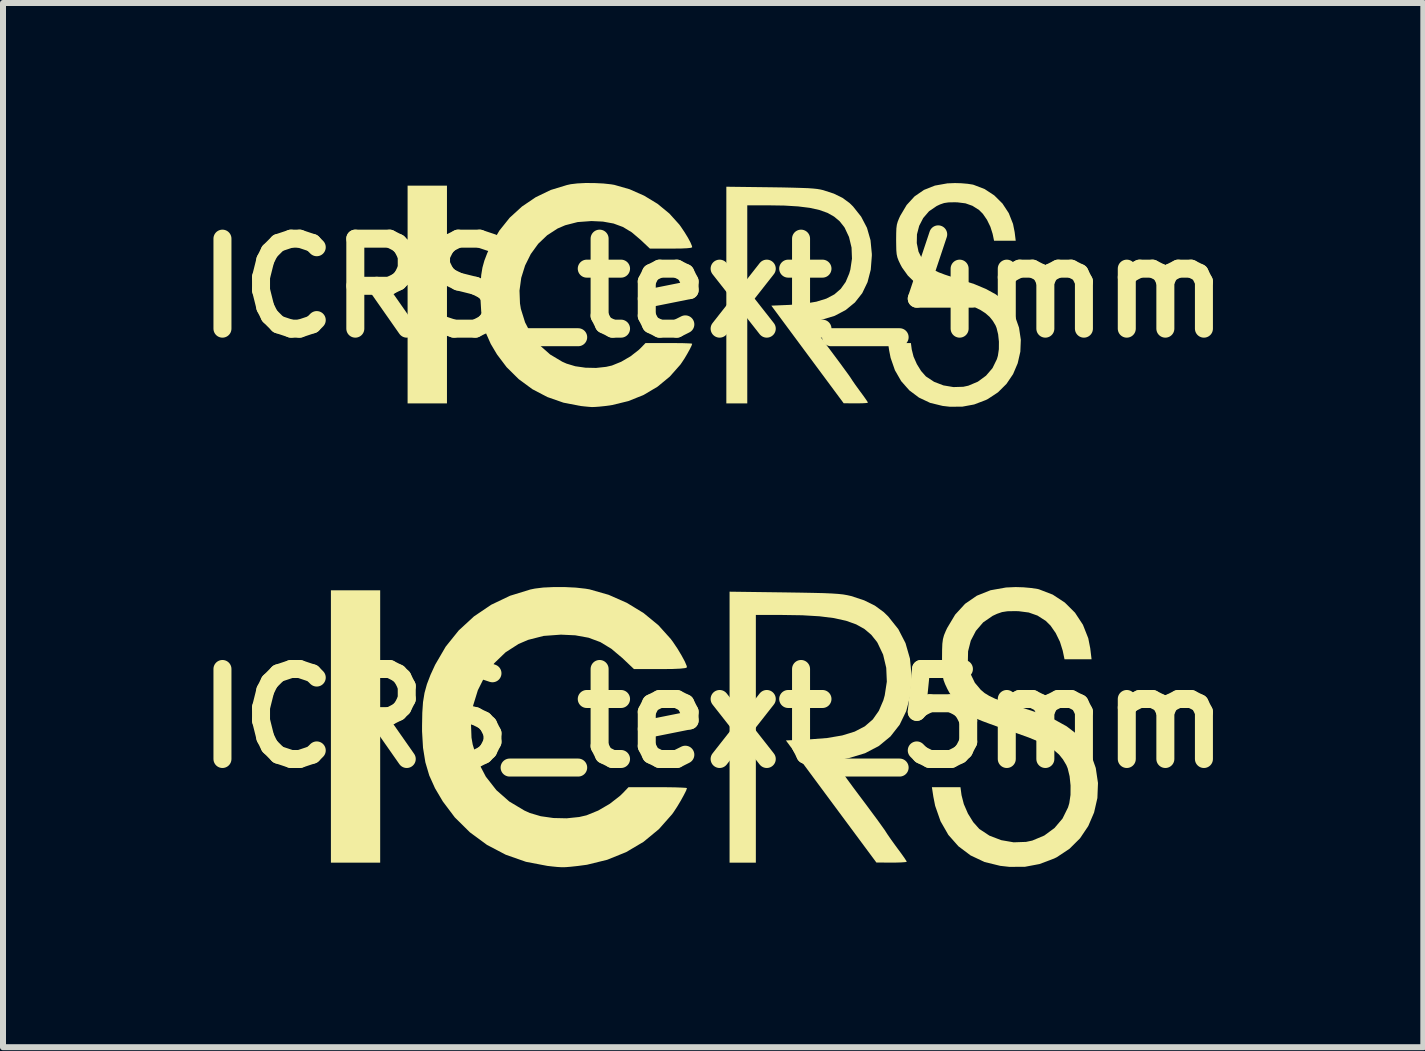
<source format=kicad_pcb>
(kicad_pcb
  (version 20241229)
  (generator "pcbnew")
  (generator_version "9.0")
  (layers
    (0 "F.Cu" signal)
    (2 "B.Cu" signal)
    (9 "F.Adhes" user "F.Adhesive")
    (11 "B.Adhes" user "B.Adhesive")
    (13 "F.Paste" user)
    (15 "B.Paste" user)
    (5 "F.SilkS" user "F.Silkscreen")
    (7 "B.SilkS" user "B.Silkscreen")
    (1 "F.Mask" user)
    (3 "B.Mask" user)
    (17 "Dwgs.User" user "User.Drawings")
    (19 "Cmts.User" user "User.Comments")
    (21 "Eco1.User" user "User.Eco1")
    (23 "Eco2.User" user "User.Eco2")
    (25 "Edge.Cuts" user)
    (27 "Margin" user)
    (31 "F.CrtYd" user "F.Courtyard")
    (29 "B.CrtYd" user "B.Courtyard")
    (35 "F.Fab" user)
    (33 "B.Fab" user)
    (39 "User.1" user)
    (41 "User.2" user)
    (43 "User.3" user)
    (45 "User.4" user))
  (footprint "ICRS_text_4mm"
    (layer "F.Cu")
    (at 8.836 1.749)
    (property "Reference" "ICRS_text_4mm" (at 0 0 0) (layer "F.SilkS") (effects (font (size 1.5 1.5) (thickness 0.3))))
    (attr board_only exclude_from_pos_files exclude_from_bom)
    (fp_poly (pts (xy -4.437 0.109) (xy -4.437 1.924) (xy -4.765 1.924) (xy -5.093 1.924) (xy -5.093 0.109) (xy -5.093 -1.705) (xy -4.765 -1.705) (xy -4.437 -1.705)) (stroke (width 0) (type solid)) (fill yes) (layer "F.SilkS"))
    (fp_poly (pts (xy 0.956 -1.678) (xy 1.165 -1.675) (xy 1.335 -1.671) (xy 1.471 -1.667) (xy 1.58 -1.663) (xy 1.665 -1.657) (xy 1.732 -1.65) (xy 1.786 -1.641) (xy 1.833 -1.63) (xy 1.836 -1.629) (xy 2.011 -1.572) (xy 2.154 -1.502) (xy 2.274 -1.414) (xy 2.331 -1.358) (xy 2.466 -1.188) (xy 2.563 -1.002) (xy 2.622 -0.796) (xy 2.644 -0.567) (xy 2.644 -0.536) (xy 2.626 -0.304) (xy 2.572 -0.096) (xy 2.484 0.087) (xy 2.362 0.242) (xy 2.208 0.368) (xy 2.024 0.465) (xy 1.809 0.53) (xy 1.796 0.533) (xy 1.717 0.55) (xy 1.657 0.565) (xy 1.626 0.575) (xy 1.625 0.576) (xy 1.634 0.595) (xy 1.667 0.645) (xy 1.719 0.72) (xy 1.788 0.815) (xy 1.869 0.926) (xy 1.941 1.021) (xy 2.032 1.143) (xy 2.117 1.257) (xy 2.189 1.356) (xy 2.247 1.435) (xy 2.285 1.489) (xy 2.298 1.509) (xy 2.324 1.549) (xy 2.369 1.614) (xy 2.425 1.691) (xy 2.454 1.731) (xy 2.508 1.804) (xy 2.55 1.864) (xy 2.575 1.902) (xy 2.579 1.911) (xy 2.559 1.917) (xy 2.505 1.921) (xy 2.426 1.923) (xy 2.377 1.923) (xy 2.175 1.922) (xy 1.572 1.109) (xy 0.969 0.295) (xy 1.277 0.282) (xy 1.517 0.263) (xy 1.719 0.229) (xy 1.885 0.178) (xy 2.02 0.107) (xy 2.126 0.015) (xy 2.208 -0.1) (xy 2.267 -0.24) (xy 2.286 -0.306) (xy 2.313 -0.488) (xy 2.306 -0.673) (xy 2.264 -0.848) (xy 2.191 -1.004) (xy 2.18 -1.02) (xy 2.106 -1.113) (xy 2.015 -1.189) (xy 1.905 -1.251) (xy 1.771 -1.299) (xy 1.609 -1.335) (xy 1.416 -1.359) (xy 1.187 -1.373) (xy 0.924 -1.377) (xy 0.568 -1.377) (xy 0.568 0.273) (xy 0.568 1.924) (xy 0.393 1.924) (xy 0.219 1.924) (xy 0.219 0.118) (xy 0.219 -1.687)) (stroke (width 0) (type solid)) (fill yes) (layer "F.SilkS"))
    (fp_poly (pts (xy -1.977 -1.748) (xy -1.83 -1.741) (xy -1.701 -1.727) (xy -1.648 -1.718) (xy -1.393 -1.645) (xy -1.151 -1.538) (xy -0.927 -1.402) (xy -0.73 -1.24) (xy -0.565 -1.057) (xy -0.538 -1.02) (xy -0.475 -0.926) (xy -0.42 -0.836) (xy -0.378 -0.757) (xy -0.354 -0.699) (xy -0.35 -0.678) (xy -0.371 -0.669) (xy -0.435 -0.662) (xy -0.54 -0.657) (xy -0.684 -0.656) (xy -0.702 -0.656) (xy -1.055 -0.656) (xy -1.211 -0.803) (xy -1.357 -0.927) (xy -1.504 -1.016) (xy -1.661 -1.074) (xy -1.838 -1.106) (xy -2.029 -1.115) (xy -2.259 -1.098) (xy -2.466 -1.045) (xy -2.594 -0.99) (xy -2.767 -0.878) (xy -2.917 -0.735) (xy -3.04 -0.565) (xy -3.135 -0.374) (xy -3.199 -0.169) (xy -3.228 0.044) (xy -3.22 0.258) (xy -3.205 0.35) (xy -3.135 0.574) (xy -3.029 0.778) (xy -2.889 0.957) (xy -2.717 1.109) (xy -2.516 1.229) (xy -2.444 1.261) (xy -2.298 1.305) (xy -2.129 1.329) (xy -1.952 1.333) (xy -1.785 1.315) (xy -1.688 1.293) (xy -1.533 1.23) (xy -1.377 1.139) (xy -1.24 1.032) (xy -1.203 0.996) (xy -1.128 0.918) (xy -0.739 0.918) (xy -0.614 0.919) (xy -0.506 0.92) (xy -0.421 0.923) (xy -0.367 0.926) (xy -0.35 0.93) (xy -0.361 0.963) (xy -0.39 1.022) (xy -0.431 1.096) (xy -0.477 1.174) (xy -0.524 1.245) (xy -0.547 1.278) (xy -0.723 1.477) (xy -0.928 1.646) (xy -1.159 1.783) (xy -1.412 1.885) (xy -1.682 1.951) (xy -1.802 1.968) (xy -1.898 1.978) (xy -1.966 1.983) (xy -2.02 1.985) (xy -2.075 1.981) (xy -2.147 1.974) (xy -2.21 1.967) (xy -2.495 1.912) (xy -2.764 1.818) (xy -3.014 1.687) (xy -3.241 1.52) (xy -3.443 1.32) (xy -3.603 1.108) (xy -3.707 0.933) (xy -3.783 0.762) (xy -3.835 0.586) (xy -3.866 0.393) (xy -3.879 0.174) (xy -3.879 0.098) (xy -3.876 -0.074) (xy -3.866 -0.215) (xy -3.846 -0.338) (xy -3.814 -0.454) (xy -3.767 -0.577) (xy -3.705 -0.713) (xy -3.564 -0.955) (xy -3.391 -1.171) (xy -3.187 -1.357) (xy -2.958 -1.512) (xy -2.707 -1.633) (xy -2.438 -1.715) (xy -2.375 -1.729) (xy -2.265 -1.742) (xy -2.128 -1.749)) (stroke (width 0) (type solid)) (fill yes) (layer "F.SilkS"))
    (fp_poly (pts (xy 4.135 -1.745) (xy 4.24 -1.736) (xy 4.324 -1.723) (xy 4.342 -1.718) (xy 4.524 -1.648) (xy 4.685 -1.542) (xy 4.821 -1.407) (xy 4.926 -1.247) (xy 4.997 -1.067) (xy 5.024 -0.932) (xy 5.042 -0.787) (xy 4.861 -0.787) (xy 4.681 -0.787) (xy 4.657 -0.902) (xy 4.62 -1.019) (xy 4.563 -1.136) (xy 4.494 -1.236) (xy 4.431 -1.299) (xy 4.321 -1.369) (xy 4.205 -1.41) (xy 4.069 -1.427) (xy 4.018 -1.428) (xy 3.921 -1.426) (xy 3.848 -1.415) (xy 3.781 -1.392) (xy 3.724 -1.365) (xy 3.597 -1.278) (xy 3.5 -1.165) (xy 3.433 -1.035) (xy 3.396 -0.893) (xy 3.393 -0.747) (xy 3.422 -0.605) (xy 3.487 -0.474) (xy 3.567 -0.378) (xy 3.617 -0.336) (xy 3.678 -0.298) (xy 3.757 -0.261) (xy 3.86 -0.222) (xy 3.993 -0.178) (xy 4.113 -0.142) (xy 4.35 -0.065) (xy 4.548 0.018) (xy 4.71 0.107) (xy 4.84 0.207) (xy 4.942 0.319) (xy 5.019 0.447) (xy 5.028 0.465) (xy 5.097 0.662) (xy 5.127 0.863) (xy 5.119 1.062) (xy 5.075 1.255) (xy 4.998 1.436) (xy 4.888 1.599) (xy 4.747 1.739) (xy 4.579 1.85) (xy 4.541 1.869) (xy 4.349 1.942) (xy 4.154 1.978) (xy 3.946 1.98) (xy 3.824 1.966) (xy 3.615 1.915) (xy 3.429 1.827) (xy 3.268 1.706) (xy 3.133 1.553) (xy 3.029 1.372) (xy 2.957 1.165) (xy 2.933 1.044) (xy 2.914 0.918) (xy 3.104 0.918) (xy 3.295 0.918) (xy 3.309 1.025) (xy 3.339 1.144) (xy 3.394 1.269) (xy 3.465 1.384) (xy 3.543 1.472) (xy 3.546 1.475) (xy 3.681 1.564) (xy 3.837 1.624) (xy 4.004 1.652) (xy 4.168 1.647) (xy 4.252 1.629) (xy 4.411 1.562) (xy 4.547 1.462) (xy 4.655 1.336) (xy 4.728 1.187) (xy 4.745 1.13) (xy 4.761 1.021) (xy 4.762 0.896) (xy 4.749 0.773) (xy 4.723 0.667) (xy 4.705 0.623) (xy 4.66 0.548) (xy 4.607 0.482) (xy 4.54 0.423) (xy 4.455 0.368) (xy 4.345 0.314) (xy 4.206 0.257) (xy 4.032 0.194) (xy 3.919 0.156) (xy 3.797 0.114) (xy 3.683 0.074) (xy 3.586 0.037) (xy 3.517 0.009) (xy 3.495 -0.001) (xy 3.365 -0.088) (xy 3.245 -0.205) (xy 3.148 -0.34) (xy 3.12 -0.392) (xy 3.09 -0.455) (xy 3.07 -0.508) (xy 3.058 -0.562) (xy 3.052 -0.628) (xy 3.05 -0.718) (xy 3.049 -0.798) (xy 3.05 -0.911) (xy 3.053 -0.993) (xy 3.061 -1.054) (xy 3.076 -1.107) (xy 3.099 -1.163) (xy 3.117 -1.202) (xy 3.224 -1.382) (xy 3.356 -1.526) (xy 3.513 -1.634) (xy 3.695 -1.706) (xy 3.903 -1.743) (xy 4.029 -1.748)) (stroke (width 0) (type solid)) (fill yes) (layer "F.SilkS")))
  (footprint "ICRS_text_5mm"
    (layer "F.Cu")
    (at 8.836 8.921)
    (property "Reference" "ICRS_text_5mm" (at 0 0 0) (layer "F.SilkS") (effects (font (size 1.5 1.5) (thickness 0.3))))
    (attr board_only exclude_from_pos_files exclude_from_bom)
    (fp_poly (pts (xy -5.55 0.137) (xy -5.55 2.406) (xy -5.96 2.406) (xy -6.371 2.406) (xy -6.371 0.137) (xy -6.371 -2.133) (xy -5.96 -2.133) (xy -5.55 -2.133)) (stroke (width 0) (type solid)) (fill yes) (layer "F.SilkS"))
    (fp_poly (pts (xy 1.196 -2.098) (xy 1.457 -2.094) (xy 1.67 -2.09) (xy 1.84 -2.086) (xy 1.976 -2.08) (xy 2.082 -2.073) (xy 2.166 -2.064) (xy 2.234 -2.052) (xy 2.292 -2.039) (xy 2.297 -2.038) (xy 2.516 -1.966) (xy 2.694 -1.878) (xy 2.844 -1.768) (xy 2.916 -1.698) (xy 3.085 -1.486) (xy 3.205 -1.253) (xy 3.279 -0.996) (xy 3.307 -0.71) (xy 3.307 -0.67) (xy 3.285 -0.38) (xy 3.217 -0.12) (xy 3.107 0.108) (xy 2.954 0.303) (xy 2.762 0.461) (xy 2.531 0.582) (xy 2.263 0.663) (xy 2.246 0.666) (xy 2.148 0.687) (xy 2.072 0.706) (xy 2.034 0.719) (xy 2.032 0.72) (xy 2.044 0.745) (xy 2.085 0.807) (xy 2.151 0.9) (xy 2.236 1.019) (xy 2.338 1.158) (xy 2.427 1.277) (xy 2.542 1.43) (xy 2.647 1.572) (xy 2.739 1.696) (xy 2.81 1.795) (xy 2.858 1.862) (xy 2.874 1.887) (xy 2.907 1.938) (xy 2.963 2.019) (xy 3.033 2.116) (xy 3.069 2.165) (xy 3.137 2.257) (xy 3.19 2.332) (xy 3.221 2.38) (xy 3.226 2.391) (xy 3.201 2.397) (xy 3.133 2.402) (xy 3.034 2.405) (xy 2.973 2.405) (xy 2.72 2.404) (xy 1.966 1.387) (xy 1.212 0.369) (xy 1.597 0.352) (xy 1.897 0.329) (xy 2.15 0.286) (xy 2.358 0.222) (xy 2.527 0.134) (xy 2.66 0.019) (xy 2.761 -0.125) (xy 2.836 -0.3) (xy 2.859 -0.383) (xy 2.894 -0.611) (xy 2.884 -0.841) (xy 2.832 -1.061) (xy 2.74 -1.255) (xy 2.727 -1.276) (xy 2.634 -1.392) (xy 2.521 -1.488) (xy 2.383 -1.565) (xy 2.215 -1.625) (xy 2.012 -1.67) (xy 1.771 -1.7) (xy 1.485 -1.717) (xy 1.155 -1.722) (xy 0.711 -1.722) (xy 0.711 0.342) (xy 0.711 2.406) (xy 0.492 2.406) (xy 0.273 2.406) (xy 0.273 0.148) (xy 0.273 -2.11)) (stroke (width 0) (type solid)) (fill yes) (layer "F.SilkS"))
    (fp_poly (pts (xy -2.473 -2.187) (xy -2.289 -2.178) (xy -2.128 -2.16) (xy -2.062 -2.149) (xy -1.743 -2.058) (xy -1.439 -1.924) (xy -1.16 -1.754) (xy -0.913 -1.551) (xy -0.707 -1.322) (xy -0.672 -1.275) (xy -0.594 -1.159) (xy -0.526 -1.045) (xy -0.473 -0.947) (xy -0.442 -0.874) (xy -0.437 -0.849) (xy -0.464 -0.837) (xy -0.544 -0.828) (xy -0.675 -0.822) (xy -0.855 -0.82) (xy -0.879 -0.82) (xy -1.32 -0.82) (xy -1.515 -1.005) (xy -1.698 -1.159) (xy -1.881 -1.27) (xy -2.078 -1.343) (xy -2.299 -1.383) (xy -2.538 -1.394) (xy -2.825 -1.373) (xy -3.084 -1.307) (xy -3.245 -1.238) (xy -3.461 -1.099) (xy -3.648 -0.919) (xy -3.803 -0.706) (xy -3.922 -0.468) (xy -4.001 -0.212) (xy -4.038 0.055) (xy -4.028 0.323) (xy -4.008 0.437) (xy -3.922 0.719) (xy -3.789 0.973) (xy -3.613 1.198) (xy -3.398 1.387) (xy -3.147 1.537) (xy -3.057 1.578) (xy -2.874 1.632) (xy -2.663 1.662) (xy -2.442 1.667) (xy -2.232 1.645) (xy -2.111 1.617) (xy -1.917 1.538) (xy -1.723 1.425) (xy -1.551 1.291) (xy -1.505 1.246) (xy -1.411 1.148) (xy -0.924 1.148) (xy -0.768 1.149) (xy -0.632 1.151) (xy -0.526 1.155) (xy -0.459 1.159) (xy -0.437 1.163) (xy -0.451 1.205) (xy -0.488 1.278) (xy -0.539 1.371) (xy -0.597 1.468) (xy -0.655 1.557) (xy -0.684 1.598) (xy -0.904 1.847) (xy -1.161 2.059) (xy -1.45 2.23) (xy -1.766 2.358) (xy -2.104 2.441) (xy -2.254 2.461) (xy -2.374 2.474) (xy -2.459 2.481) (xy -2.527 2.482) (xy -2.596 2.478) (xy -2.686 2.469) (xy -2.764 2.46) (xy -3.12 2.392) (xy -3.457 2.274) (xy -3.77 2.11) (xy -4.054 1.901) (xy -4.306 1.652) (xy -4.506 1.386) (xy -4.636 1.166) (xy -4.732 0.953) (xy -4.797 0.733) (xy -4.836 0.492) (xy -4.852 0.217) (xy -4.852 0.123) (xy -4.848 -0.093) (xy -4.836 -0.27) (xy -4.811 -0.423) (xy -4.771 -0.568) (xy -4.712 -0.722) (xy -4.634 -0.892) (xy -4.458 -1.194) (xy -4.241 -1.464) (xy -3.987 -1.698) (xy -3.7 -1.892) (xy -3.386 -2.042) (xy -3.049 -2.146) (xy -2.971 -2.162) (xy -2.833 -2.179) (xy -2.661 -2.187)) (stroke (width 0) (type solid)) (fill yes) (layer "F.SilkS"))
    (fp_poly (pts (xy 5.172 -2.183) (xy 5.303 -2.171) (xy 5.409 -2.155) (xy 5.431 -2.149) (xy 5.659 -2.061) (xy 5.86 -1.929) (xy 6.03 -1.76) (xy 6.162 -1.559) (xy 6.251 -1.334) (xy 6.284 -1.166) (xy 6.306 -0.984) (xy 6.08 -0.984) (xy 5.855 -0.984) (xy 5.825 -1.128) (xy 5.779 -1.275) (xy 5.708 -1.421) (xy 5.621 -1.546) (xy 5.542 -1.624) (xy 5.404 -1.712) (xy 5.259 -1.763) (xy 5.089 -1.785) (xy 5.025 -1.786) (xy 4.904 -1.784) (xy 4.814 -1.77) (xy 4.73 -1.741) (xy 4.657 -1.707) (xy 4.499 -1.598) (xy 4.378 -1.457) (xy 4.293 -1.294) (xy 4.248 -1.117) (xy 4.244 -0.935) (xy 4.281 -0.757) (xy 4.361 -0.592) (xy 4.461 -0.473) (xy 4.524 -0.42) (xy 4.601 -0.373) (xy 4.699 -0.326) (xy 4.828 -0.278) (xy 4.995 -0.223) (xy 5.145 -0.178) (xy 5.442 -0.081) (xy 5.689 0.022) (xy 5.891 0.134) (xy 6.054 0.259) (xy 6.181 0.399) (xy 6.278 0.559) (xy 6.289 0.581) (xy 6.376 0.828) (xy 6.413 1.079) (xy 6.403 1.329) (xy 6.348 1.57) (xy 6.251 1.796) (xy 6.114 2) (xy 5.938 2.175) (xy 5.727 2.315) (xy 5.68 2.338) (xy 5.439 2.429) (xy 5.195 2.475) (xy 4.935 2.476) (xy 4.783 2.459) (xy 4.522 2.395) (xy 4.289 2.285) (xy 4.087 2.133) (xy 3.919 1.943) (xy 3.789 1.716) (xy 3.699 1.458) (xy 3.669 1.306) (xy 3.645 1.148) (xy 3.883 1.148) (xy 4.121 1.148) (xy 4.139 1.282) (xy 4.177 1.43) (xy 4.245 1.587) (xy 4.334 1.731) (xy 4.432 1.841) (xy 4.436 1.845) (xy 4.604 1.956) (xy 4.8 2.031) (xy 5.008 2.067) (xy 5.214 2.06) (xy 5.318 2.038) (xy 5.518 1.954) (xy 5.688 1.829) (xy 5.822 1.671) (xy 5.914 1.485) (xy 5.935 1.414) (xy 5.955 1.277) (xy 5.956 1.121) (xy 5.94 0.966) (xy 5.908 0.834) (xy 5.885 0.779) (xy 5.829 0.685) (xy 5.763 0.603) (xy 5.679 0.53) (xy 5.572 0.461) (xy 5.434 0.393) (xy 5.26 0.321) (xy 5.043 0.243) (xy 4.901 0.195) (xy 4.749 0.143) (xy 4.607 0.092) (xy 4.486 0.047) (xy 4.399 0.011) (xy 4.371 -0.002) (xy 4.209 -0.11) (xy 4.059 -0.256) (xy 3.937 -0.425) (xy 3.902 -0.49) (xy 3.865 -0.569) (xy 3.84 -0.635) (xy 3.825 -0.703) (xy 3.817 -0.785) (xy 3.814 -0.899) (xy 3.814 -0.998) (xy 3.815 -1.14) (xy 3.819 -1.242) (xy 3.829 -1.319) (xy 3.847 -1.385) (xy 3.876 -1.455) (xy 3.899 -1.504) (xy 4.033 -1.728) (xy 4.198 -1.908) (xy 4.394 -2.043) (xy 4.622 -2.134) (xy 4.881 -2.18) (xy 5.04 -2.187)) (stroke (width 0) (type solid)) (fill yes) (layer "F.SilkS")))
  (gr_rect
    (start -3 -3)
    (end 20.671 14.403)
    (stroke (width 0.1) (type default))
    (fill no)
    (layer "Edge.Cuts")))
</source>
